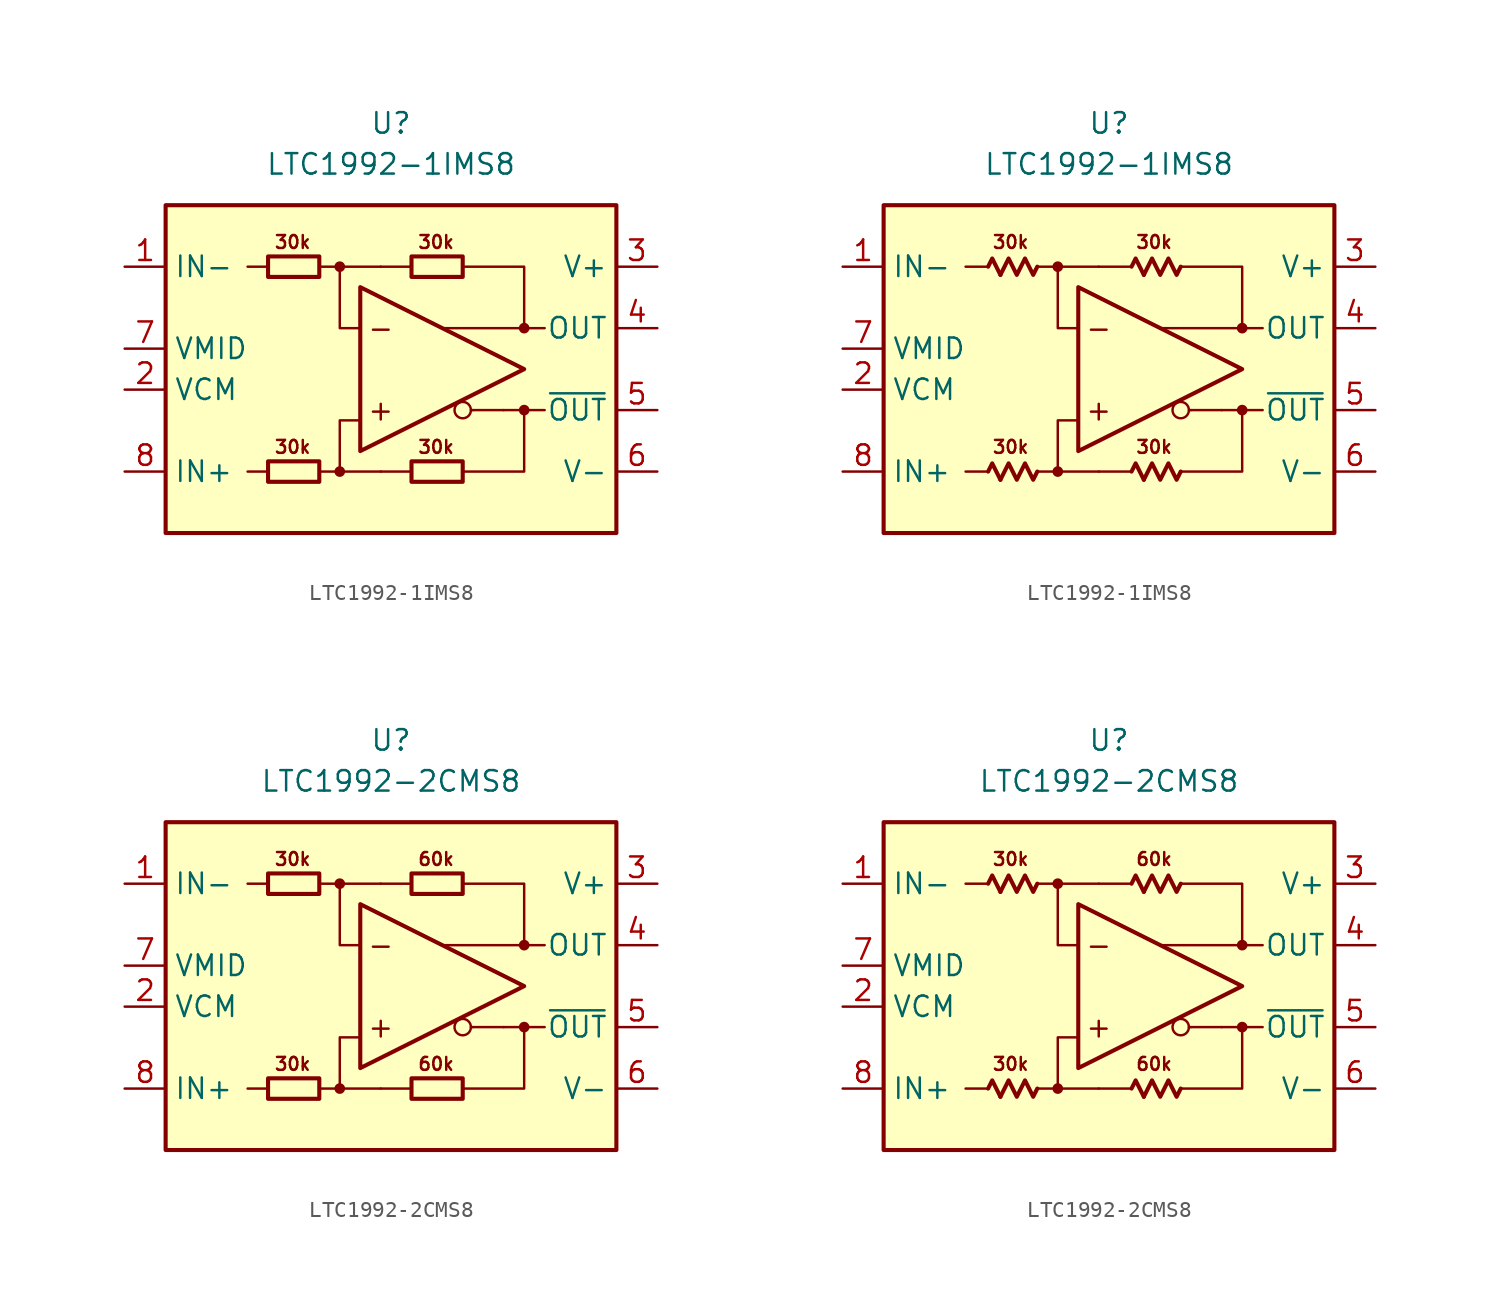
<source format=kicad_sym>
(kicad_symbol_lib
  (version 20231120)
  (generator "kicad_symbol_editor")
  (generator_version "8.0")
  (symbol "LTC1992-1IMS8"
    (property "Reference" "U"
      (at 0 15.24 0)
      (effects (font (size 1.27 1.27))))
    (property "Value" "LTC1992-1IMS8"
      (at 0 12.7 0)
      (effects (font (size 1.27 1.27))))
    (symbol "LTC1992-1IMS8_0_0"
      (rectangle (start -13.97 10.16) (end 13.97 -10.16) (stroke (width 0.254) (type default)) (fill (type background)))
      (circle (center -3.175 -6.35) (radius 0.254) (stroke (width 0.152) (type default)) (fill (type outline)))
      (circle (center -3.175 6.35) (radius 0.254) (stroke (width 0.152) (type default)) (fill (type outline)))
      (polyline (pts (xy -7.62 -6.35) (xy -8.89 -6.35)) (stroke (width 0.152) (type default)) (fill (type none)))
      (polyline (pts (xy -7.62 6.35) (xy -8.89 6.35)) (stroke (width 0.152) (type default)) (fill (type none)))
      (polyline (pts (xy -3.175 6.35) (xy -0.635 6.35)) (stroke (width 0.152) (type default)) (fill (type none)))
      (polyline (pts (xy -0.635 -6.35) (xy -3.175 -6.35)) (stroke (width 0.152) (type default)) (fill (type none)))
      (polyline (pts (xy 1.27 -6.35) (xy -0.635 -6.35)) (stroke (width 0.152) (type default)) (fill (type none)))
      (polyline (pts (xy 1.27 6.35) (xy -0.635 6.35)) (stroke (width 0.152) (type default)) (fill (type none)))
      (polyline (pts (xy 5.08 -2.54) (xy 4.953 -2.54)) (stroke (width 0.152) (type default)) (fill (type none)))
      (polyline (pts (xy 6.985 -2.54) (xy 5.08 -2.54)) (stroke (width 0.152) (type default)) (fill (type none)))
      (polyline (pts (xy 8.255 -2.54) (xy 9.525 -2.54)) (stroke (width 0.152) (type default)) (fill (type none)))
      (polyline (pts (xy 8.255 2.54) (xy 9.525 2.54)) (stroke (width 0.152) (type default)) (fill (type none)))
      (polyline (pts (xy -4.445 -6.35) (xy -3.175 -6.35) (xy -3.175 -3.175) (xy -1.905 -3.175)) (stroke (width 0.152) (type default)) (fill (type none)))
      (polyline (pts (xy -1.905 2.54) (xy -3.175 2.54) (xy -3.175 6.35) (xy -4.445 6.35)) (stroke (width 0.152) (type default)) (fill (type none)))
      (polyline (pts (xy 4.445 6.35) (xy 8.255 6.35) (xy 8.255 2.54) (xy 3.175 2.54)) (stroke (width 0.152) (type default)) (fill (type none)))
      (polyline (pts (xy 6.985 -2.54) (xy 8.255 -2.54) (xy 8.255 -6.35) (xy 4.445 -6.35)) (stroke (width 0.152) (type default)) (fill (type none)))
      (circle (center 4.445 -2.54) (radius 0.508) (stroke (width 0.152) (type default)) (fill (type none)))
      (circle (center 8.255 -2.54) (radius 0.254) (stroke (width 0.152) (type default)) (fill (type outline)))
      (circle (center 8.255 2.54) (radius 0.254) (stroke (width 0.152) (type default)) (fill (type outline)))
      (text "+" (at -0.635 -2.54 0) (effects (font (size 1.27 1.27))))
      (text "-" (at -0.635 2.54 0) (effects (font (size 1.27 1.27)))))
    (symbol "LTC1992-1IMS8_0_1"
      (rectangle (start -7.62 -5.715) (end -4.445 -6.985) (stroke (width 0.254) (type default)) (fill (type none)))
      (rectangle (start -7.62 6.985) (end -4.445 5.715) (stroke (width 0.254) (type default)) (fill (type none)))
      (rectangle (start 1.27 -5.715) (end 4.445 -6.985) (stroke (width 0.254) (type default)) (fill (type none)))
      (rectangle (start 1.27 6.985) (end 4.445 5.715) (stroke (width 0.254) (type default)) (fill (type none))))
    (symbol "LTC1992-1IMS8_0_2"
      (polyline (pts (xy -6.731 -6.858) (xy -7.239 -5.842) (xy -7.493 -6.35)) (stroke (width 0.254) (type default)) (fill (type none)))
      (polyline (pts (xy -6.731 5.842) (xy -7.239 6.858) (xy -7.493 6.35)) (stroke (width 0.254) (type default)) (fill (type none)))
      (polyline (pts (xy 2.159 -6.858) (xy 1.651 -5.842) (xy 1.397 -6.35)) (stroke (width 0.254) (type default)) (fill (type none)))
      (polyline (pts (xy 2.159 5.842) (xy 1.651 6.858) (xy 1.397 6.35)) (stroke (width 0.254) (type default)) (fill (type none)))
      (polyline (pts (xy -4.445 -6.35) (xy -4.699 -6.858) (xy -5.207 -5.842) (xy -5.715 -6.858) (xy -6.223 -5.842) (xy -6.731 -6.858)) (stroke (width 0.254) (type default)) (fill (type none)))
      (polyline (pts (xy -4.445 6.35) (xy -4.699 5.842) (xy -5.207 6.858) (xy -5.715 5.842) (xy -6.223 6.858) (xy -6.731 5.842)) (stroke (width 0.254) (type default)) (fill (type none)))
      (polyline (pts (xy 4.445 -6.35) (xy 4.191 -6.858) (xy 3.683 -5.842) (xy 3.175 -6.858) (xy 2.667 -5.842) (xy 2.159 -6.858)) (stroke (width 0.254) (type default)) (fill (type none)))
      (polyline (pts (xy 4.445 6.35) (xy 4.191 5.842) (xy 3.683 6.858) (xy 3.175 5.842) (xy 2.667 6.858) (xy 2.159 5.842)) (stroke (width 0.254) (type default)) (fill (type none))))
    (symbol "LTC1992-1IMS8_1_0"
      (polyline (pts (xy -1.905 5.08) (xy -1.905 -5.08) (xy 8.255 0) (xy -1.905 5.08)) (stroke (width 0.254) (type default)) (fill (type none)))
      (text "30k" (at -6.096 -4.826 0) (effects (font (size 0.8 0.8))))
      (text "30k" (at -6.096 7.874 0) (effects (font (size 0.8 0.8))))
      (text "30k" (at 2.794 -4.826 0) (effects (font (size 0.8 0.8))))
      (text "30k" (at 2.794 7.874 0) (effects (font (size 0.8 0.8)))))
    (symbol "LTC1992-1IMS8_1_1"
      (pin input line (at -16.51 6.35 0) (length 2.54) (name "IN-" (effects (font (size 1.27 1.27)))) (number "1" (effects (font (size 1.27 1.27)))))
      (pin input line (at -16.51 -1.27 0) (length 2.54) (name "VCM" (effects (font (size 1.27 1.27)))) (number "2" (effects (font (size 1.27 1.27)))))
      (pin power_in line (at 16.51 6.35 180) (length 2.54) (name "V+" (effects (font (size 1.27 1.27)))) (number "3" (effects (font (size 1.27 1.27)))))
      (pin output line (at 16.51 2.54 180) (length 2.54) (name "OUT" (effects (font (size 1.27 1.27)))) (number "4" (effects (font (size 1.27 1.27)))))
      (pin output line (at 16.51 -2.54 180) (length 2.54) (name "~{OUT}" (effects (font (size 1.27 1.27)))) (number "5" (effects (font (size 1.27 1.27)))))
      (pin power_in line (at 16.51 -6.35 180) (length 2.54) (name "V-" (effects (font (size 1.27 1.27)))) (number "6" (effects (font (size 1.27 1.27)))))
      (pin output line (at -16.51 1.27 0) (length 2.54) (name "VMID" (effects (font (size 1.27 1.27)))) (number "7" (effects (font (size 1.27 1.27)))))
      (pin input line (at -16.51 -6.35 0) (length 2.54) (name "IN+" (effects (font (size 1.27 1.27)))) (number "8" (effects (font (size 1.27 1.27))))))
    (symbol "LTC1992-1IMS8_1_2"
      (pin input line (at -16.51 6.35 0) (length 2.54) (name "IN-" (effects (font (size 1.27 1.27)))) (number "1" (effects (font (size 1.27 1.27)))))
      (pin input line (at -16.51 -1.27 0) (length 2.54) (name "VCM" (effects (font (size 1.27 1.27)))) (number "2" (effects (font (size 1.27 1.27)))))
      (pin power_in line (at 16.51 6.35 180) (length 2.54) (name "V+" (effects (font (size 1.27 1.27)))) (number "3" (effects (font (size 1.27 1.27)))))
      (pin output line (at 16.51 2.54 180) (length 2.54) (name "OUT" (effects (font (size 1.27 1.27)))) (number "4" (effects (font (size 1.27 1.27)))))
      (pin output line (at 16.51 -2.54 180) (length 2.54) (name "~{OUT}" (effects (font (size 1.27 1.27)))) (number "5" (effects (font (size 1.27 1.27)))))
      (pin power_in line (at 16.51 -6.35 180) (length 2.54) (name "V-" (effects (font (size 1.27 1.27)))) (number "6" (effects (font (size 1.27 1.27)))))
      (pin output line (at -16.51 1.27 0) (length 2.54) (name "VMID" (effects (font (size 1.27 1.27)))) (number "7" (effects (font (size 1.27 1.27)))))
      (pin input line (at -16.51 -6.35 0) (length 2.54) (name "IN+" (effects (font (size 1.27 1.27)))) (number "8" (effects (font (size 1.27 1.27)))))))
  (symbol "LTC1992-2CMS8"
    (property "Reference" "U"
      (at 0 15.24 0)
      (effects (font (size 1.27 1.27))))
    (property "Value" "LTC1992-2CMS8"
      (at 0 12.7 0)
      (effects (font (size 1.27 1.27))))
    (symbol "LTC1992-2CMS8_0_0"
      (rectangle (start -13.97 10.16) (end 13.97 -10.16) (stroke (width 0.254) (type default)) (fill (type background)))
      (circle (center -3.175 -6.35) (radius 0.254) (stroke (width 0.152) (type default)) (fill (type outline)))
      (circle (center -3.175 6.35) (radius 0.254) (stroke (width 0.152) (type default)) (fill (type outline)))
      (polyline (pts (xy -7.62 -6.35) (xy -8.89 -6.35)) (stroke (width 0.152) (type default)) (fill (type none)))
      (polyline (pts (xy -7.62 6.35) (xy -8.89 6.35)) (stroke (width 0.152) (type default)) (fill (type none)))
      (polyline (pts (xy -3.175 6.35) (xy -0.635 6.35)) (stroke (width 0.152) (type default)) (fill (type none)))
      (polyline (pts (xy -0.635 -6.35) (xy -3.175 -6.35)) (stroke (width 0.152) (type default)) (fill (type none)))
      (polyline (pts (xy 1.27 -6.35) (xy -0.635 -6.35)) (stroke (width 0.152) (type default)) (fill (type none)))
      (polyline (pts (xy 1.27 6.35) (xy -0.635 6.35)) (stroke (width 0.152) (type default)) (fill (type none)))
      (polyline (pts (xy 5.08 -2.54) (xy 4.953 -2.54)) (stroke (width 0.152) (type default)) (fill (type none)))
      (polyline (pts (xy 6.985 -2.54) (xy 5.08 -2.54)) (stroke (width 0.152) (type default)) (fill (type none)))
      (polyline (pts (xy 8.255 -2.54) (xy 9.525 -2.54)) (stroke (width 0.152) (type default)) (fill (type none)))
      (polyline (pts (xy 8.255 2.54) (xy 9.525 2.54)) (stroke (width 0.152) (type default)) (fill (type none)))
      (polyline (pts (xy -4.445 -6.35) (xy -3.175 -6.35) (xy -3.175 -3.175) (xy -1.905 -3.175)) (stroke (width 0.152) (type default)) (fill (type none)))
      (polyline (pts (xy -1.905 2.54) (xy -3.175 2.54) (xy -3.175 6.35) (xy -4.445 6.35)) (stroke (width 0.152) (type default)) (fill (type none)))
      (polyline (pts (xy 4.445 6.35) (xy 8.255 6.35) (xy 8.255 2.54) (xy 3.175 2.54)) (stroke (width 0.152) (type default)) (fill (type none)))
      (polyline (pts (xy 6.985 -2.54) (xy 8.255 -2.54) (xy 8.255 -6.35) (xy 4.445 -6.35)) (stroke (width 0.152) (type default)) (fill (type none)))
      (circle (center 4.445 -2.54) (radius 0.508) (stroke (width 0.152) (type default)) (fill (type none)))
      (circle (center 8.255 -2.54) (radius 0.254) (stroke (width 0.152) (type default)) (fill (type outline)))
      (circle (center 8.255 2.54) (radius 0.254) (stroke (width 0.152) (type default)) (fill (type outline)))
      (text "+" (at -0.635 -2.54 0) (effects (font (size 1.27 1.27))))
      (text "-" (at -0.635 2.54 0) (effects (font (size 1.27 1.27)))))
    (symbol "LTC1992-2CMS8_0_1"
      (rectangle (start -7.62 -5.715) (end -4.445 -6.985) (stroke (width 0.254) (type default)) (fill (type none)))
      (rectangle (start -7.62 6.985) (end -4.445 5.715) (stroke (width 0.254) (type default)) (fill (type none)))
      (rectangle (start 1.27 -5.715) (end 4.445 -6.985) (stroke (width 0.254) (type default)) (fill (type none)))
      (rectangle (start 1.27 6.985) (end 4.445 5.715) (stroke (width 0.254) (type default)) (fill (type none))))
    (symbol "LTC1992-2CMS8_0_2"
      (polyline (pts (xy -6.731 -6.858) (xy -7.239 -5.842) (xy -7.493 -6.35)) (stroke (width 0.254) (type default)) (fill (type none)))
      (polyline (pts (xy -6.731 5.842) (xy -7.239 6.858) (xy -7.493 6.35)) (stroke (width 0.254) (type default)) (fill (type none)))
      (polyline (pts (xy 2.159 -6.858) (xy 1.651 -5.842) (xy 1.397 -6.35)) (stroke (width 0.254) (type default)) (fill (type none)))
      (polyline (pts (xy 2.159 5.842) (xy 1.651 6.858) (xy 1.397 6.35)) (stroke (width 0.254) (type default)) (fill (type none)))
      (polyline (pts (xy -4.445 -6.35) (xy -4.699 -6.858) (xy -5.207 -5.842) (xy -5.715 -6.858) (xy -6.223 -5.842) (xy -6.731 -6.858)) (stroke (width 0.254) (type default)) (fill (type none)))
      (polyline (pts (xy -4.445 6.35) (xy -4.699 5.842) (xy -5.207 6.858) (xy -5.715 5.842) (xy -6.223 6.858) (xy -6.731 5.842)) (stroke (width 0.254) (type default)) (fill (type none)))
      (polyline (pts (xy 4.445 -6.35) (xy 4.191 -6.858) (xy 3.683 -5.842) (xy 3.175 -6.858) (xy 2.667 -5.842) (xy 2.159 -6.858)) (stroke (width 0.254) (type default)) (fill (type none)))
      (polyline (pts (xy 4.445 6.35) (xy 4.191 5.842) (xy 3.683 6.858) (xy 3.175 5.842) (xy 2.667 6.858) (xy 2.159 5.842)) (stroke (width 0.254) (type default)) (fill (type none))))
    (symbol "LTC1992-2CMS8_1_0"
      (polyline (pts (xy -1.905 5.08) (xy -1.905 -5.08) (xy 8.255 0) (xy -1.905 5.08)) (stroke (width 0.254) (type default)) (fill (type none)))
      (text "30k" (at -6.096 -4.826 0) (effects (font (size 0.8 0.8))))
      (text "30k" (at -6.096 7.874 0) (effects (font (size 0.8 0.8))))
      (text "60k" (at 2.794 -4.826 0) (effects (font (size 0.8 0.8))))
      (text "60k" (at 2.794 7.874 0) (effects (font (size 0.8 0.8)))))
    (symbol "LTC1992-2CMS8_1_1"
      (pin input line (at -16.51 6.35 0) (length 2.54) (name "IN-" (effects (font (size 1.27 1.27)))) (number "1" (effects (font (size 1.27 1.27)))))
      (pin input line (at -16.51 -1.27 0) (length 2.54) (name "VCM" (effects (font (size 1.27 1.27)))) (number "2" (effects (font (size 1.27 1.27)))))
      (pin power_in line (at 16.51 6.35 180) (length 2.54) (name "V+" (effects (font (size 1.27 1.27)))) (number "3" (effects (font (size 1.27 1.27)))))
      (pin output line (at 16.51 2.54 180) (length 2.54) (name "OUT" (effects (font (size 1.27 1.27)))) (number "4" (effects (font (size 1.27 1.27)))))
      (pin output line (at 16.51 -2.54 180) (length 2.54) (name "~{OUT}" (effects (font (size 1.27 1.27)))) (number "5" (effects (font (size 1.27 1.27)))))
      (pin power_in line (at 16.51 -6.35 180) (length 2.54) (name "V-" (effects (font (size 1.27 1.27)))) (number "6" (effects (font (size 1.27 1.27)))))
      (pin output line (at -16.51 1.27 0) (length 2.54) (name "VMID" (effects (font (size 1.27 1.27)))) (number "7" (effects (font (size 1.27 1.27)))))
      (pin input line (at -16.51 -6.35 0) (length 2.54) (name "IN+" (effects (font (size 1.27 1.27)))) (number "8" (effects (font (size 1.27 1.27))))))
    (symbol "LTC1992-2CMS8_1_2"
      (pin input line (at -16.51 6.35 0) (length 2.54) (name "IN-" (effects (font (size 1.27 1.27)))) (number "1" (effects (font (size 1.27 1.27)))))
      (pin input line (at -16.51 -1.27 0) (length 2.54) (name "VCM" (effects (font (size 1.27 1.27)))) (number "2" (effects (font (size 1.27 1.27)))))
      (pin power_in line (at 16.51 6.35 180) (length 2.54) (name "V+" (effects (font (size 1.27 1.27)))) (number "3" (effects (font (size 1.27 1.27)))))
      (pin output line (at 16.51 2.54 180) (length 2.54) (name "OUT" (effects (font (size 1.27 1.27)))) (number "4" (effects (font (size 1.27 1.27)))))
      (pin output line (at 16.51 -2.54 180) (length 2.54) (name "~{OUT}" (effects (font (size 1.27 1.27)))) (number "5" (effects (font (size 1.27 1.27)))))
      (pin power_in line (at 16.51 -6.35 180) (length 2.54) (name "V-" (effects (font (size 1.27 1.27)))) (number "6" (effects (font (size 1.27 1.27)))))
      (pin output line (at -16.51 1.27 0) (length 2.54) (name "VMID" (effects (font (size 1.27 1.27)))) (number "7" (effects (font (size 1.27 1.27)))))
      (pin input line (at -16.51 -6.35 0) (length 2.54) (name "IN+" (effects (font (size 1.27 1.27)))) (number "8" (effects (font (size 1.27 1.27))))))))
</source>
